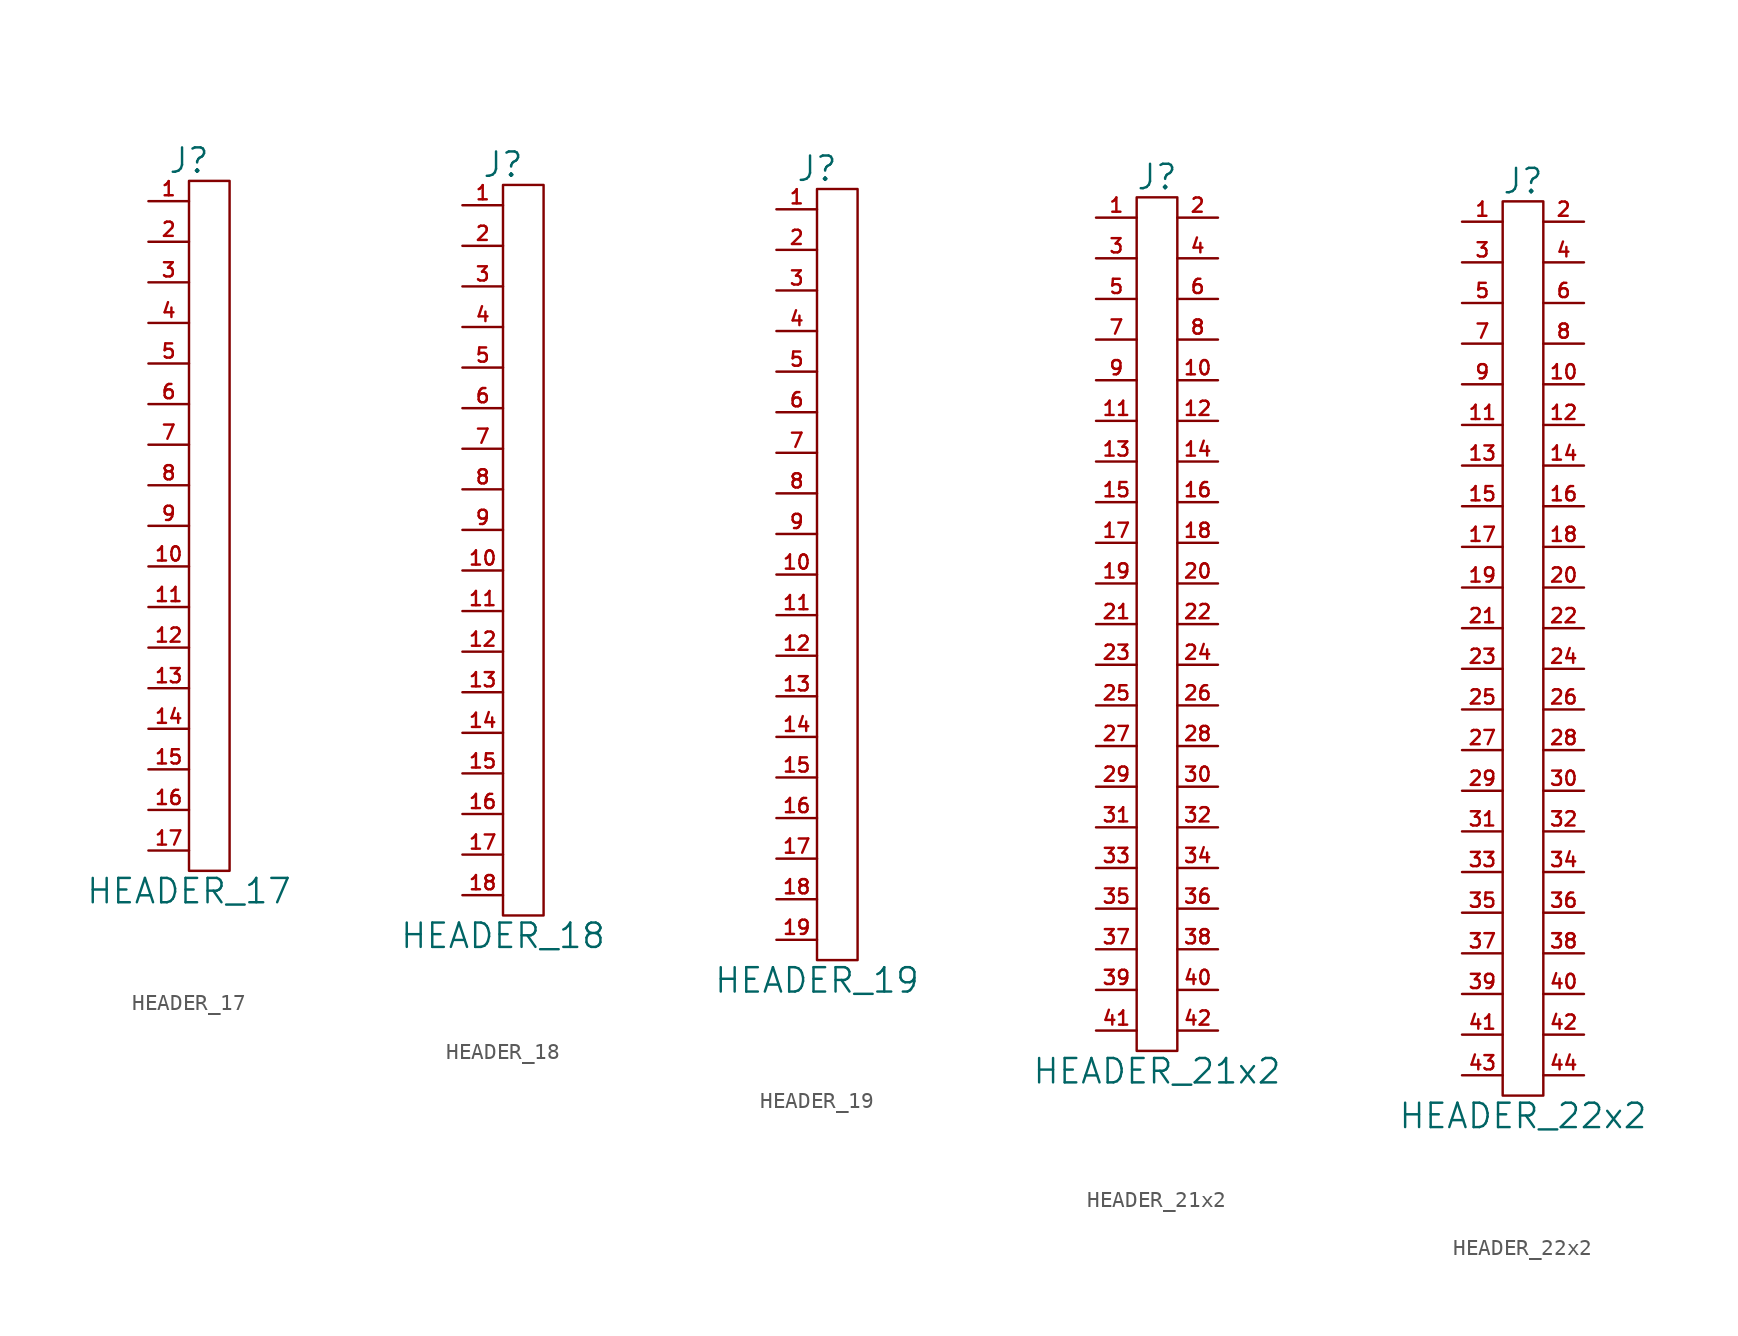
<source format=kicad_sym>
(kicad_symbol_lib
  (version 20201005)
  (generator kicad_symbol_editor)
  (symbol "HEADER_17"
    (pin_names
      (offset 0))
    (property "Reference" "J"
      (at 0 22.86 0)
      (effects (font (size 1.524 1.524))))
    (property "Value" "HEADER_17"
      (at 0 -22.86 0)
      (effects (font (size 1.524 1.524))))
    (property "Footprint" ""
      (at 0 0 0)
      (effects (font (size 1.524 1.524))))
    (property "Datasheet" ""
      (at 0 0 0)
      (effects (font (size 1.524 1.524))))
    (symbol "HEADER_17_0_1"
      (rectangle (start 2.54 21.59) (end 0 -21.59) (stroke (width 0)) (fill (type none))))
    (symbol "HEADER_17_1_1"
      (pin passive line (at -2.54 20.32 0) (length 2.54) (name "~" (effects (font (size 0.889 0.889)))) (number "1" (effects (font (size 0.889 0.889)))))
      (pin passive line (at -2.54 -2.54 0) (length 2.54) (name "~" (effects (font (size 1.27 1.27)))) (number "10" (effects (font (size 0.889 0.889)))))
      (pin passive line (at -2.54 -5.08 0) (length 2.54) (name "~" (effects (font (size 1.27 1.27)))) (number "11" (effects (font (size 0.889 0.889)))))
      (pin passive line (at -2.54 -7.62 0) (length 2.54) (name "~" (effects (font (size 1.27 1.27)))) (number "12" (effects (font (size 0.889 0.889)))))
      (pin passive line (at -2.54 -10.16 0) (length 2.54) (name "~" (effects (font (size 1.27 1.27)))) (number "13" (effects (font (size 0.889 0.889)))))
      (pin passive line (at -2.54 -12.7 0) (length 2.54) (name "~" (effects (font (size 1.27 1.27)))) (number "14" (effects (font (size 0.889 0.889)))))
      (pin passive line (at -2.54 -15.24 0) (length 2.54) (name "~" (effects (font (size 1.27 1.27)))) (number "15" (effects (font (size 0.889 0.889)))))
      (pin passive line (at -2.54 -17.78 0) (length 2.54) (name "~" (effects (font (size 1.27 1.27)))) (number "16" (effects (font (size 0.889 0.889)))))
      (pin passive line (at -2.54 -20.32 0) (length 2.54) (name "~" (effects (font (size 1.27 1.27)))) (number "17" (effects (font (size 0.889 0.889)))))
      (pin passive line (at -2.54 17.78 0) (length 2.54) (name "~" (effects (font (size 1.27 1.27)))) (number "2" (effects (font (size 0.889 0.889)))))
      (pin passive line (at -2.54 15.24 0) (length 2.54) (name "~" (effects (font (size 1.27 1.27)))) (number "3" (effects (font (size 0.889 0.889)))))
      (pin passive line (at -2.54 12.7 0) (length 2.54) (name "~" (effects (font (size 1.27 1.27)))) (number "4" (effects (font (size 0.889 0.889)))))
      (pin passive line (at -2.54 10.16 0) (length 2.54) (name "~" (effects (font (size 1.27 1.27)))) (number "5" (effects (font (size 0.889 0.889)))))
      (pin passive line (at -2.54 7.62 0) (length 2.54) (name "~" (effects (font (size 1.27 1.27)))) (number "6" (effects (font (size 0.889 0.889)))))
      (pin passive line (at -2.54 5.08 0) (length 2.54) (name "~" (effects (font (size 1.27 1.27)))) (number "7" (effects (font (size 0.889 0.889)))))
      (pin passive line (at -2.54 2.54 0) (length 2.54) (name "~" (effects (font (size 1.27 1.27)))) (number "8" (effects (font (size 0.889 0.889)))))
      (pin passive line (at -2.54 0 0) (length 2.54) (name "~" (effects (font (size 1.27 1.27)))) (number "9" (effects (font (size 0.889 0.889)))))))
  (symbol "HEADER_18"
    (pin_names
      (offset 0))
    (property "Reference" "J"
      (at 0 24.13 0)
      (effects (font (size 1.524 1.524))))
    (property "Value" "HEADER_18"
      (at 0 -24.13 0)
      (effects (font (size 1.524 1.524))))
    (property "Footprint" ""
      (at 0 0 0)
      (effects (font (size 1.524 1.524))))
    (property "Datasheet" ""
      (at 0 0 0)
      (effects (font (size 1.524 1.524))))
    (symbol "HEADER_18_0_1"
      (rectangle (start 2.54 22.86) (end 0 -22.86) (stroke (width 0)) (fill (type none))))
    (symbol "HEADER_18_1_1"
      (pin passive line (at -2.54 21.59 0) (length 2.54) (name "~" (effects (font (size 0.889 0.889)))) (number "1" (effects (font (size 0.889 0.889)))))
      (pin passive line (at -2.54 -1.27 0) (length 2.54) (name "~" (effects (font (size 1.27 1.27)))) (number "10" (effects (font (size 0.889 0.889)))))
      (pin passive line (at -2.54 -3.81 0) (length 2.54) (name "~" (effects (font (size 1.27 1.27)))) (number "11" (effects (font (size 0.889 0.889)))))
      (pin passive line (at -2.54 -6.35 0) (length 2.54) (name "~" (effects (font (size 1.27 1.27)))) (number "12" (effects (font (size 0.889 0.889)))))
      (pin passive line (at -2.54 -8.89 0) (length 2.54) (name "~" (effects (font (size 1.27 1.27)))) (number "13" (effects (font (size 0.889 0.889)))))
      (pin passive line (at -2.54 -11.43 0) (length 2.54) (name "~" (effects (font (size 1.27 1.27)))) (number "14" (effects (font (size 0.889 0.889)))))
      (pin passive line (at -2.54 -13.97 0) (length 2.54) (name "~" (effects (font (size 1.27 1.27)))) (number "15" (effects (font (size 0.889 0.889)))))
      (pin passive line (at -2.54 -16.51 0) (length 2.54) (name "~" (effects (font (size 1.27 1.27)))) (number "16" (effects (font (size 0.889 0.889)))))
      (pin passive line (at -2.54 -19.05 0) (length 2.54) (name "~" (effects (font (size 1.27 1.27)))) (number "17" (effects (font (size 0.889 0.889)))))
      (pin passive line (at -2.54 -21.59 0) (length 2.54) (name "~" (effects (font (size 1.27 1.27)))) (number "18" (effects (font (size 0.889 0.889)))))
      (pin passive line (at -2.54 19.05 0) (length 2.54) (name "~" (effects (font (size 1.27 1.27)))) (number "2" (effects (font (size 0.889 0.889)))))
      (pin passive line (at -2.54 16.51 0) (length 2.54) (name "~" (effects (font (size 1.27 1.27)))) (number "3" (effects (font (size 0.889 0.889)))))
      (pin passive line (at -2.54 13.97 0) (length 2.54) (name "~" (effects (font (size 1.27 1.27)))) (number "4" (effects (font (size 0.889 0.889)))))
      (pin passive line (at -2.54 11.43 0) (length 2.54) (name "~" (effects (font (size 1.27 1.27)))) (number "5" (effects (font (size 0.889 0.889)))))
      (pin passive line (at -2.54 8.89 0) (length 2.54) (name "~" (effects (font (size 1.27 1.27)))) (number "6" (effects (font (size 0.889 0.889)))))
      (pin passive line (at -2.54 6.35 0) (length 2.54) (name "~" (effects (font (size 1.27 1.27)))) (number "7" (effects (font (size 0.889 0.889)))))
      (pin passive line (at -2.54 3.81 0) (length 2.54) (name "~" (effects (font (size 1.27 1.27)))) (number "8" (effects (font (size 0.889 0.889)))))
      (pin passive line (at -2.54 1.27 0) (length 2.54) (name "~" (effects (font (size 1.27 1.27)))) (number "9" (effects (font (size 0.889 0.889)))))))
  (symbol "HEADER_19"
    (pin_names
      (offset 0))
    (property "Reference" "J"
      (at 0 25.4 0)
      (effects (font (size 1.524 1.524))))
    (property "Value" "HEADER_19"
      (at 0 -25.4 0)
      (effects (font (size 1.524 1.524))))
    (property "Footprint" ""
      (at 0 0 0)
      (effects (font (size 1.524 1.524))))
    (property "Datasheet" ""
      (at 0 0 0)
      (effects (font (size 1.524 1.524))))
    (symbol "HEADER_19_0_1"
      (rectangle (start 0 24.13) (end 2.54 -24.13) (stroke (width 0)) (fill (type none))))
    (symbol "HEADER_19_1_1"
      (pin passive line (at -2.54 22.86 0) (length 2.54) (name "~" (effects (font (size 0.889 0.889)))) (number "1" (effects (font (size 0.889 0.889)))))
      (pin passive line (at -2.54 0 0) (length 2.54) (name "~" (effects (font (size 1.27 1.27)))) (number "10" (effects (font (size 0.889 0.889)))))
      (pin passive line (at -2.54 -2.54 0) (length 2.54) (name "~" (effects (font (size 1.27 1.27)))) (number "11" (effects (font (size 0.889 0.889)))))
      (pin passive line (at -2.54 -5.08 0) (length 2.54) (name "~" (effects (font (size 1.27 1.27)))) (number "12" (effects (font (size 0.889 0.889)))))
      (pin passive line (at -2.54 -7.62 0) (length 2.54) (name "~" (effects (font (size 1.27 1.27)))) (number "13" (effects (font (size 0.889 0.889)))))
      (pin passive line (at -2.54 -10.16 0) (length 2.54) (name "~" (effects (font (size 1.27 1.27)))) (number "14" (effects (font (size 0.889 0.889)))))
      (pin passive line (at -2.54 -12.7 0) (length 2.54) (name "~" (effects (font (size 1.27 1.27)))) (number "15" (effects (font (size 0.889 0.889)))))
      (pin passive line (at -2.54 -15.24 0) (length 2.54) (name "~" (effects (font (size 1.27 1.27)))) (number "16" (effects (font (size 0.889 0.889)))))
      (pin passive line (at -2.54 -17.78 0) (length 2.54) (name "~" (effects (font (size 1.27 1.27)))) (number "17" (effects (font (size 0.889 0.889)))))
      (pin passive line (at -2.54 -20.32 0) (length 2.54) (name "~" (effects (font (size 1.27 1.27)))) (number "18" (effects (font (size 0.889 0.889)))))
      (pin passive line (at -2.54 -22.86 0) (length 2.54) (name "~" (effects (font (size 1.27 1.27)))) (number "19" (effects (font (size 0.889 0.889)))))
      (pin passive line (at -2.54 20.32 0) (length 2.54) (name "~" (effects (font (size 1.27 1.27)))) (number "2" (effects (font (size 0.889 0.889)))))
      (pin passive line (at -2.54 17.78 0) (length 2.54) (name "~" (effects (font (size 1.27 1.27)))) (number "3" (effects (font (size 0.889 0.889)))))
      (pin passive line (at -2.54 15.24 0) (length 2.54) (name "~" (effects (font (size 1.27 1.27)))) (number "4" (effects (font (size 0.889 0.889)))))
      (pin passive line (at -2.54 12.7 0) (length 2.54) (name "~" (effects (font (size 1.27 1.27)))) (number "5" (effects (font (size 0.889 0.889)))))
      (pin passive line (at -2.54 10.16 0) (length 2.54) (name "~" (effects (font (size 1.27 1.27)))) (number "6" (effects (font (size 0.889 0.889)))))
      (pin passive line (at -2.54 7.62 0) (length 2.54) (name "~" (effects (font (size 1.27 1.27)))) (number "7" (effects (font (size 0.889 0.889)))))
      (pin passive line (at -2.54 5.08 0) (length 2.54) (name "~" (effects (font (size 1.27 1.27)))) (number "8" (effects (font (size 0.889 0.889)))))
      (pin passive line (at -2.54 2.54 0) (length 2.54) (name "~" (effects (font (size 1.27 1.27)))) (number "9" (effects (font (size 0.889 0.889)))))))
  (symbol "HEADER_21x2"
    (pin_names
      (offset 0))
    (property "Reference" "J"
      (at 0 27.94 0)
      (effects (font (size 1.524 1.524))))
    (property "Value" "HEADER_21x2"
      (at 0 -27.94 0)
      (effects (font (size 1.524 1.524))))
    (property "Footprint" ""
      (at 0 -5.08 0)
      (effects (font (size 1.524 1.524))))
    (property "Datasheet" ""
      (at 0 -5.08 0)
      (effects (font (size 1.524 1.524))))
    (symbol "HEADER_21x2_0_1"
      (rectangle (start 1.27 -26.67) (end -1.27 26.67) (stroke (width 0)) (fill (type none))))
    (symbol "HEADER_21x2_1_1"
      (pin passive line (at -3.81 25.4 0) (length 2.54) (name "~" (effects (font (size 0.889 0.889)))) (number "1" (effects (font (size 0.889 0.889)))))
      (pin passive line (at 3.81 15.24 180) (length 2.54) (name "~" (effects (font (size 1.27 1.27)))) (number "10" (effects (font (size 0.889 0.889)))))
      (pin passive line (at -3.81 12.7 0) (length 2.54) (name "~" (effects (font (size 1.27 1.27)))) (number "11" (effects (font (size 0.889 0.889)))))
      (pin passive line (at 3.81 12.7 180) (length 2.54) (name "~" (effects (font (size 1.27 1.27)))) (number "12" (effects (font (size 0.889 0.889)))))
      (pin passive line (at -3.81 10.16 0) (length 2.54) (name "~" (effects (font (size 1.27 1.27)))) (number "13" (effects (font (size 0.889 0.889)))))
      (pin passive line (at 3.81 10.16 180) (length 2.54) (name "~" (effects (font (size 1.27 1.27)))) (number "14" (effects (font (size 0.889 0.889)))))
      (pin passive line (at -3.81 7.62 0) (length 2.54) (name "~" (effects (font (size 1.27 1.27)))) (number "15" (effects (font (size 0.889 0.889)))))
      (pin passive line (at 3.81 7.62 180) (length 2.54) (name "~" (effects (font (size 1.27 1.27)))) (number "16" (effects (font (size 0.889 0.889)))))
      (pin passive line (at -3.81 5.08 0) (length 2.54) (name "~" (effects (font (size 1.27 1.27)))) (number "17" (effects (font (size 0.889 0.889)))))
      (pin passive line (at 3.81 5.08 180) (length 2.54) (name "~" (effects (font (size 1.27 1.27)))) (number "18" (effects (font (size 0.889 0.889)))))
      (pin passive line (at -3.81 2.54 0) (length 2.54) (name "~" (effects (font (size 1.27 1.27)))) (number "19" (effects (font (size 0.889 0.889)))))
      (pin passive line (at 3.81 25.4 180) (length 2.54) (name "~" (effects (font (size 1.27 1.27)))) (number "2" (effects (font (size 0.889 0.889)))))
      (pin passive line (at 3.81 2.54 180) (length 2.54) (name "~" (effects (font (size 1.27 1.27)))) (number "20" (effects (font (size 0.889 0.889)))))
      (pin passive line (at -3.81 0 0) (length 2.54) (name "~" (effects (font (size 1.27 1.27)))) (number "21" (effects (font (size 0.889 0.889)))))
      (pin passive line (at 3.81 0 180) (length 2.54) (name "~" (effects (font (size 1.27 1.27)))) (number "22" (effects (font (size 0.889 0.889)))))
      (pin passive line (at -3.81 -2.54 0) (length 2.54) (name "~" (effects (font (size 1.27 1.27)))) (number "23" (effects (font (size 0.889 0.889)))))
      (pin passive line (at 3.81 -2.54 180) (length 2.54) (name "~" (effects (font (size 1.27 1.27)))) (number "24" (effects (font (size 0.889 0.889)))))
      (pin passive line (at -3.81 -5.08 0) (length 2.54) (name "~" (effects (font (size 1.27 1.27)))) (number "25" (effects (font (size 0.889 0.889)))))
      (pin passive line (at 3.81 -5.08 180) (length 2.54) (name "~" (effects (font (size 1.27 1.27)))) (number "26" (effects (font (size 0.889 0.889)))))
      (pin passive line (at -3.81 -7.62 0) (length 2.54) (name "~" (effects (font (size 1.27 1.27)))) (number "27" (effects (font (size 0.889 0.889)))))
      (pin passive line (at 3.81 -7.62 180) (length 2.54) (name "~" (effects (font (size 1.27 1.27)))) (number "28" (effects (font (size 0.889 0.889)))))
      (pin passive line (at -3.81 -10.16 0) (length 2.54) (name "~" (effects (font (size 1.27 1.27)))) (number "29" (effects (font (size 0.889 0.889)))))
      (pin passive line (at -3.81 22.86 0) (length 2.54) (name "~" (effects (font (size 1.27 1.27)))) (number "3" (effects (font (size 0.889 0.889)))))
      (pin passive line (at 3.81 -10.16 180) (length 2.54) (name "~" (effects (font (size 1.27 1.27)))) (number "30" (effects (font (size 0.889 0.889)))))
      (pin passive line (at -3.81 -12.7 0) (length 2.54) (name "~" (effects (font (size 1.27 1.27)))) (number "31" (effects (font (size 0.889 0.889)))))
      (pin passive line (at 3.81 -12.7 180) (length 2.54) (name "~" (effects (font (size 1.27 1.27)))) (number "32" (effects (font (size 0.889 0.889)))))
      (pin passive line (at -3.81 -15.24 0) (length 2.54) (name "~" (effects (font (size 1.27 1.27)))) (number "33" (effects (font (size 0.889 0.889)))))
      (pin passive line (at 3.81 -15.24 180) (length 2.54) (name "~" (effects (font (size 1.27 1.27)))) (number "34" (effects (font (size 0.889 0.889)))))
      (pin passive line (at -3.81 -17.78 0) (length 2.54) (name "~" (effects (font (size 1.27 1.27)))) (number "35" (effects (font (size 0.889 0.889)))))
      (pin passive line (at 3.81 -17.78 180) (length 2.54) (name "~" (effects (font (size 1.27 1.27)))) (number "36" (effects (font (size 0.889 0.889)))))
      (pin passive line (at -3.81 -20.32 0) (length 2.54) (name "~" (effects (font (size 1.27 1.27)))) (number "37" (effects (font (size 0.889 0.889)))))
      (pin passive line (at 3.81 -20.32 180) (length 2.54) (name "~" (effects (font (size 1.27 1.27)))) (number "38" (effects (font (size 0.889 0.889)))))
      (pin passive line (at -3.81 -22.86 0) (length 2.54) (name "~" (effects (font (size 1.27 1.27)))) (number "39" (effects (font (size 0.889 0.889)))))
      (pin passive line (at 3.81 22.86 180) (length 2.54) (name "~" (effects (font (size 1.27 1.27)))) (number "4" (effects (font (size 0.889 0.889)))))
      (pin passive line (at 3.81 -22.86 180) (length 2.54) (name "~" (effects (font (size 1.27 1.27)))) (number "40" (effects (font (size 0.889 0.889)))))
      (pin passive line (at -3.81 -25.4 0) (length 2.54) (name "~" (effects (font (size 1.27 1.27)))) (number "41" (effects (font (size 0.889 0.889)))))
      (pin passive line (at 3.81 -25.4 180) (length 2.54) (name "~" (effects (font (size 1.27 1.27)))) (number "42" (effects (font (size 0.889 0.889)))))
      (pin passive line (at -3.81 20.32 0) (length 2.54) (name "~" (effects (font (size 1.27 1.27)))) (number "5" (effects (font (size 0.889 0.889)))))
      (pin passive line (at 3.81 20.32 180) (length 2.54) (name "~" (effects (font (size 1.27 1.27)))) (number "6" (effects (font (size 0.889 0.889)))))
      (pin passive line (at -3.81 17.78 0) (length 2.54) (name "~" (effects (font (size 1.27 1.27)))) (number "7" (effects (font (size 0.889 0.889)))))
      (pin passive line (at 3.81 17.78 180) (length 2.54) (name "~" (effects (font (size 1.27 1.27)))) (number "8" (effects (font (size 0.889 0.889)))))
      (pin passive line (at -3.81 15.24 0) (length 2.54) (name "~" (effects (font (size 1.27 1.27)))) (number "9" (effects (font (size 0.889 0.889)))))))
  (symbol "HEADER_22x2"
    (pin_names
      (offset 0))
    (property "Reference" "J"
      (at 0 29.21 0)
      (effects (font (size 1.524 1.524))))
    (property "Value" "HEADER_22x2"
      (at 0 -29.21 0)
      (effects (font (size 1.524 1.524))))
    (property "Footprint" ""
      (at 0 -3.81 0)
      (effects (font (size 1.524 1.524))))
    (property "Datasheet" ""
      (at 0 -3.81 0)
      (effects (font (size 1.524 1.524))))
    (symbol "HEADER_22x2_0_1"
      (rectangle (start 1.27 -27.94) (end -1.27 27.94) (stroke (width 0)) (fill (type none))))
    (symbol "HEADER_22x2_1_1"
      (pin passive line (at -3.81 26.67 0) (length 2.54) (name "~" (effects (font (size 0.889 0.889)))) (number "1" (effects (font (size 0.889 0.889)))))
      (pin passive line (at 3.81 16.51 180) (length 2.54) (name "~" (effects (font (size 1.27 1.27)))) (number "10" (effects (font (size 0.889 0.889)))))
      (pin passive line (at -3.81 13.97 0) (length 2.54) (name "~" (effects (font (size 1.27 1.27)))) (number "11" (effects (font (size 0.889 0.889)))))
      (pin passive line (at 3.81 13.97 180) (length 2.54) (name "~" (effects (font (size 1.27 1.27)))) (number "12" (effects (font (size 0.889 0.889)))))
      (pin passive line (at -3.81 11.43 0) (length 2.54) (name "~" (effects (font (size 1.27 1.27)))) (number "13" (effects (font (size 0.889 0.889)))))
      (pin passive line (at 3.81 11.43 180) (length 2.54) (name "~" (effects (font (size 1.27 1.27)))) (number "14" (effects (font (size 0.889 0.889)))))
      (pin passive line (at -3.81 8.89 0) (length 2.54) (name "~" (effects (font (size 1.27 1.27)))) (number "15" (effects (font (size 0.889 0.889)))))
      (pin passive line (at 3.81 8.89 180) (length 2.54) (name "~" (effects (font (size 1.27 1.27)))) (number "16" (effects (font (size 0.889 0.889)))))
      (pin passive line (at -3.81 6.35 0) (length 2.54) (name "~" (effects (font (size 1.27 1.27)))) (number "17" (effects (font (size 0.889 0.889)))))
      (pin passive line (at 3.81 6.35 180) (length 2.54) (name "~" (effects (font (size 1.27 1.27)))) (number "18" (effects (font (size 0.889 0.889)))))
      (pin passive line (at -3.81 3.81 0) (length 2.54) (name "~" (effects (font (size 1.27 1.27)))) (number "19" (effects (font (size 0.889 0.889)))))
      (pin passive line (at 3.81 26.67 180) (length 2.54) (name "~" (effects (font (size 1.27 1.27)))) (number "2" (effects (font (size 0.889 0.889)))))
      (pin passive line (at 3.81 3.81 180) (length 2.54) (name "~" (effects (font (size 1.27 1.27)))) (number "20" (effects (font (size 0.889 0.889)))))
      (pin passive line (at -3.81 1.27 0) (length 2.54) (name "~" (effects (font (size 1.27 1.27)))) (number "21" (effects (font (size 0.889 0.889)))))
      (pin passive line (at 3.81 1.27 180) (length 2.54) (name "~" (effects (font (size 1.27 1.27)))) (number "22" (effects (font (size 0.889 0.889)))))
      (pin passive line (at -3.81 -1.27 0) (length 2.54) (name "~" (effects (font (size 1.27 1.27)))) (number "23" (effects (font (size 0.889 0.889)))))
      (pin passive line (at 3.81 -1.27 180) (length 2.54) (name "~" (effects (font (size 1.27 1.27)))) (number "24" (effects (font (size 0.889 0.889)))))
      (pin passive line (at -3.81 -3.81 0) (length 2.54) (name "~" (effects (font (size 1.27 1.27)))) (number "25" (effects (font (size 0.889 0.889)))))
      (pin passive line (at 3.81 -3.81 180) (length 2.54) (name "~" (effects (font (size 1.27 1.27)))) (number "26" (effects (font (size 0.889 0.889)))))
      (pin passive line (at -3.81 -6.35 0) (length 2.54) (name "~" (effects (font (size 1.27 1.27)))) (number "27" (effects (font (size 0.889 0.889)))))
      (pin passive line (at 3.81 -6.35 180) (length 2.54) (name "~" (effects (font (size 1.27 1.27)))) (number "28" (effects (font (size 0.889 0.889)))))
      (pin passive line (at -3.81 -8.89 0) (length 2.54) (name "~" (effects (font (size 1.27 1.27)))) (number "29" (effects (font (size 0.889 0.889)))))
      (pin passive line (at -3.81 24.13 0) (length 2.54) (name "~" (effects (font (size 1.27 1.27)))) (number "3" (effects (font (size 0.889 0.889)))))
      (pin passive line (at 3.81 -8.89 180) (length 2.54) (name "~" (effects (font (size 1.27 1.27)))) (number "30" (effects (font (size 0.889 0.889)))))
      (pin passive line (at -3.81 -11.43 0) (length 2.54) (name "~" (effects (font (size 1.27 1.27)))) (number "31" (effects (font (size 0.889 0.889)))))
      (pin passive line (at 3.81 -11.43 180) (length 2.54) (name "~" (effects (font (size 1.27 1.27)))) (number "32" (effects (font (size 0.889 0.889)))))
      (pin passive line (at -3.81 -13.97 0) (length 2.54) (name "~" (effects (font (size 1.27 1.27)))) (number "33" (effects (font (size 0.889 0.889)))))
      (pin passive line (at 3.81 -13.97 180) (length 2.54) (name "~" (effects (font (size 1.27 1.27)))) (number "34" (effects (font (size 0.889 0.889)))))
      (pin passive line (at -3.81 -16.51 0) (length 2.54) (name "~" (effects (font (size 1.27 1.27)))) (number "35" (effects (font (size 0.889 0.889)))))
      (pin passive line (at 3.81 -16.51 180) (length 2.54) (name "~" (effects (font (size 1.27 1.27)))) (number "36" (effects (font (size 0.889 0.889)))))
      (pin passive line (at -3.81 -19.05 0) (length 2.54) (name "~" (effects (font (size 1.27 1.27)))) (number "37" (effects (font (size 0.889 0.889)))))
      (pin passive line (at 3.81 -19.05 180) (length 2.54) (name "~" (effects (font (size 1.27 1.27)))) (number "38" (effects (font (size 0.889 0.889)))))
      (pin passive line (at -3.81 -21.59 0) (length 2.54) (name "~" (effects (font (size 1.27 1.27)))) (number "39" (effects (font (size 0.889 0.889)))))
      (pin passive line (at 3.81 24.13 180) (length 2.54) (name "~" (effects (font (size 1.27 1.27)))) (number "4" (effects (font (size 0.889 0.889)))))
      (pin passive line (at 3.81 -21.59 180) (length 2.54) (name "~" (effects (font (size 1.27 1.27)))) (number "40" (effects (font (size 0.889 0.889)))))
      (pin passive line (at -3.81 -24.13 0) (length 2.54) (name "~" (effects (font (size 1.27 1.27)))) (number "41" (effects (font (size 0.889 0.889)))))
      (pin passive line (at 3.81 -24.13 180) (length 2.54) (name "~" (effects (font (size 1.27 1.27)))) (number "42" (effects (font (size 0.889 0.889)))))
      (pin passive line (at -3.81 -26.67 0) (length 2.54) (name "~" (effects (font (size 1.27 1.27)))) (number "43" (effects (font (size 0.889 0.889)))))
      (pin passive line (at 3.81 -26.67 180) (length 2.54) (name "~" (effects (font (size 1.27 1.27)))) (number "44" (effects (font (size 0.889 0.889)))))
      (pin passive line (at -3.81 21.59 0) (length 2.54) (name "~" (effects (font (size 1.27 1.27)))) (number "5" (effects (font (size 0.889 0.889)))))
      (pin passive line (at 3.81 21.59 180) (length 2.54) (name "~" (effects (font (size 1.27 1.27)))) (number "6" (effects (font (size 0.889 0.889)))))
      (pin passive line (at -3.81 19.05 0) (length 2.54) (name "~" (effects (font (size 1.27 1.27)))) (number "7" (effects (font (size 0.889 0.889)))))
      (pin passive line (at 3.81 19.05 180) (length 2.54) (name "~" (effects (font (size 1.27 1.27)))) (number "8" (effects (font (size 0.889 0.889)))))
      (pin passive line (at -3.81 16.51 0) (length 2.54) (name "~" (effects (font (size 1.27 1.27)))) (number "9" (effects (font (size 0.889 0.889))))))))
</source>
